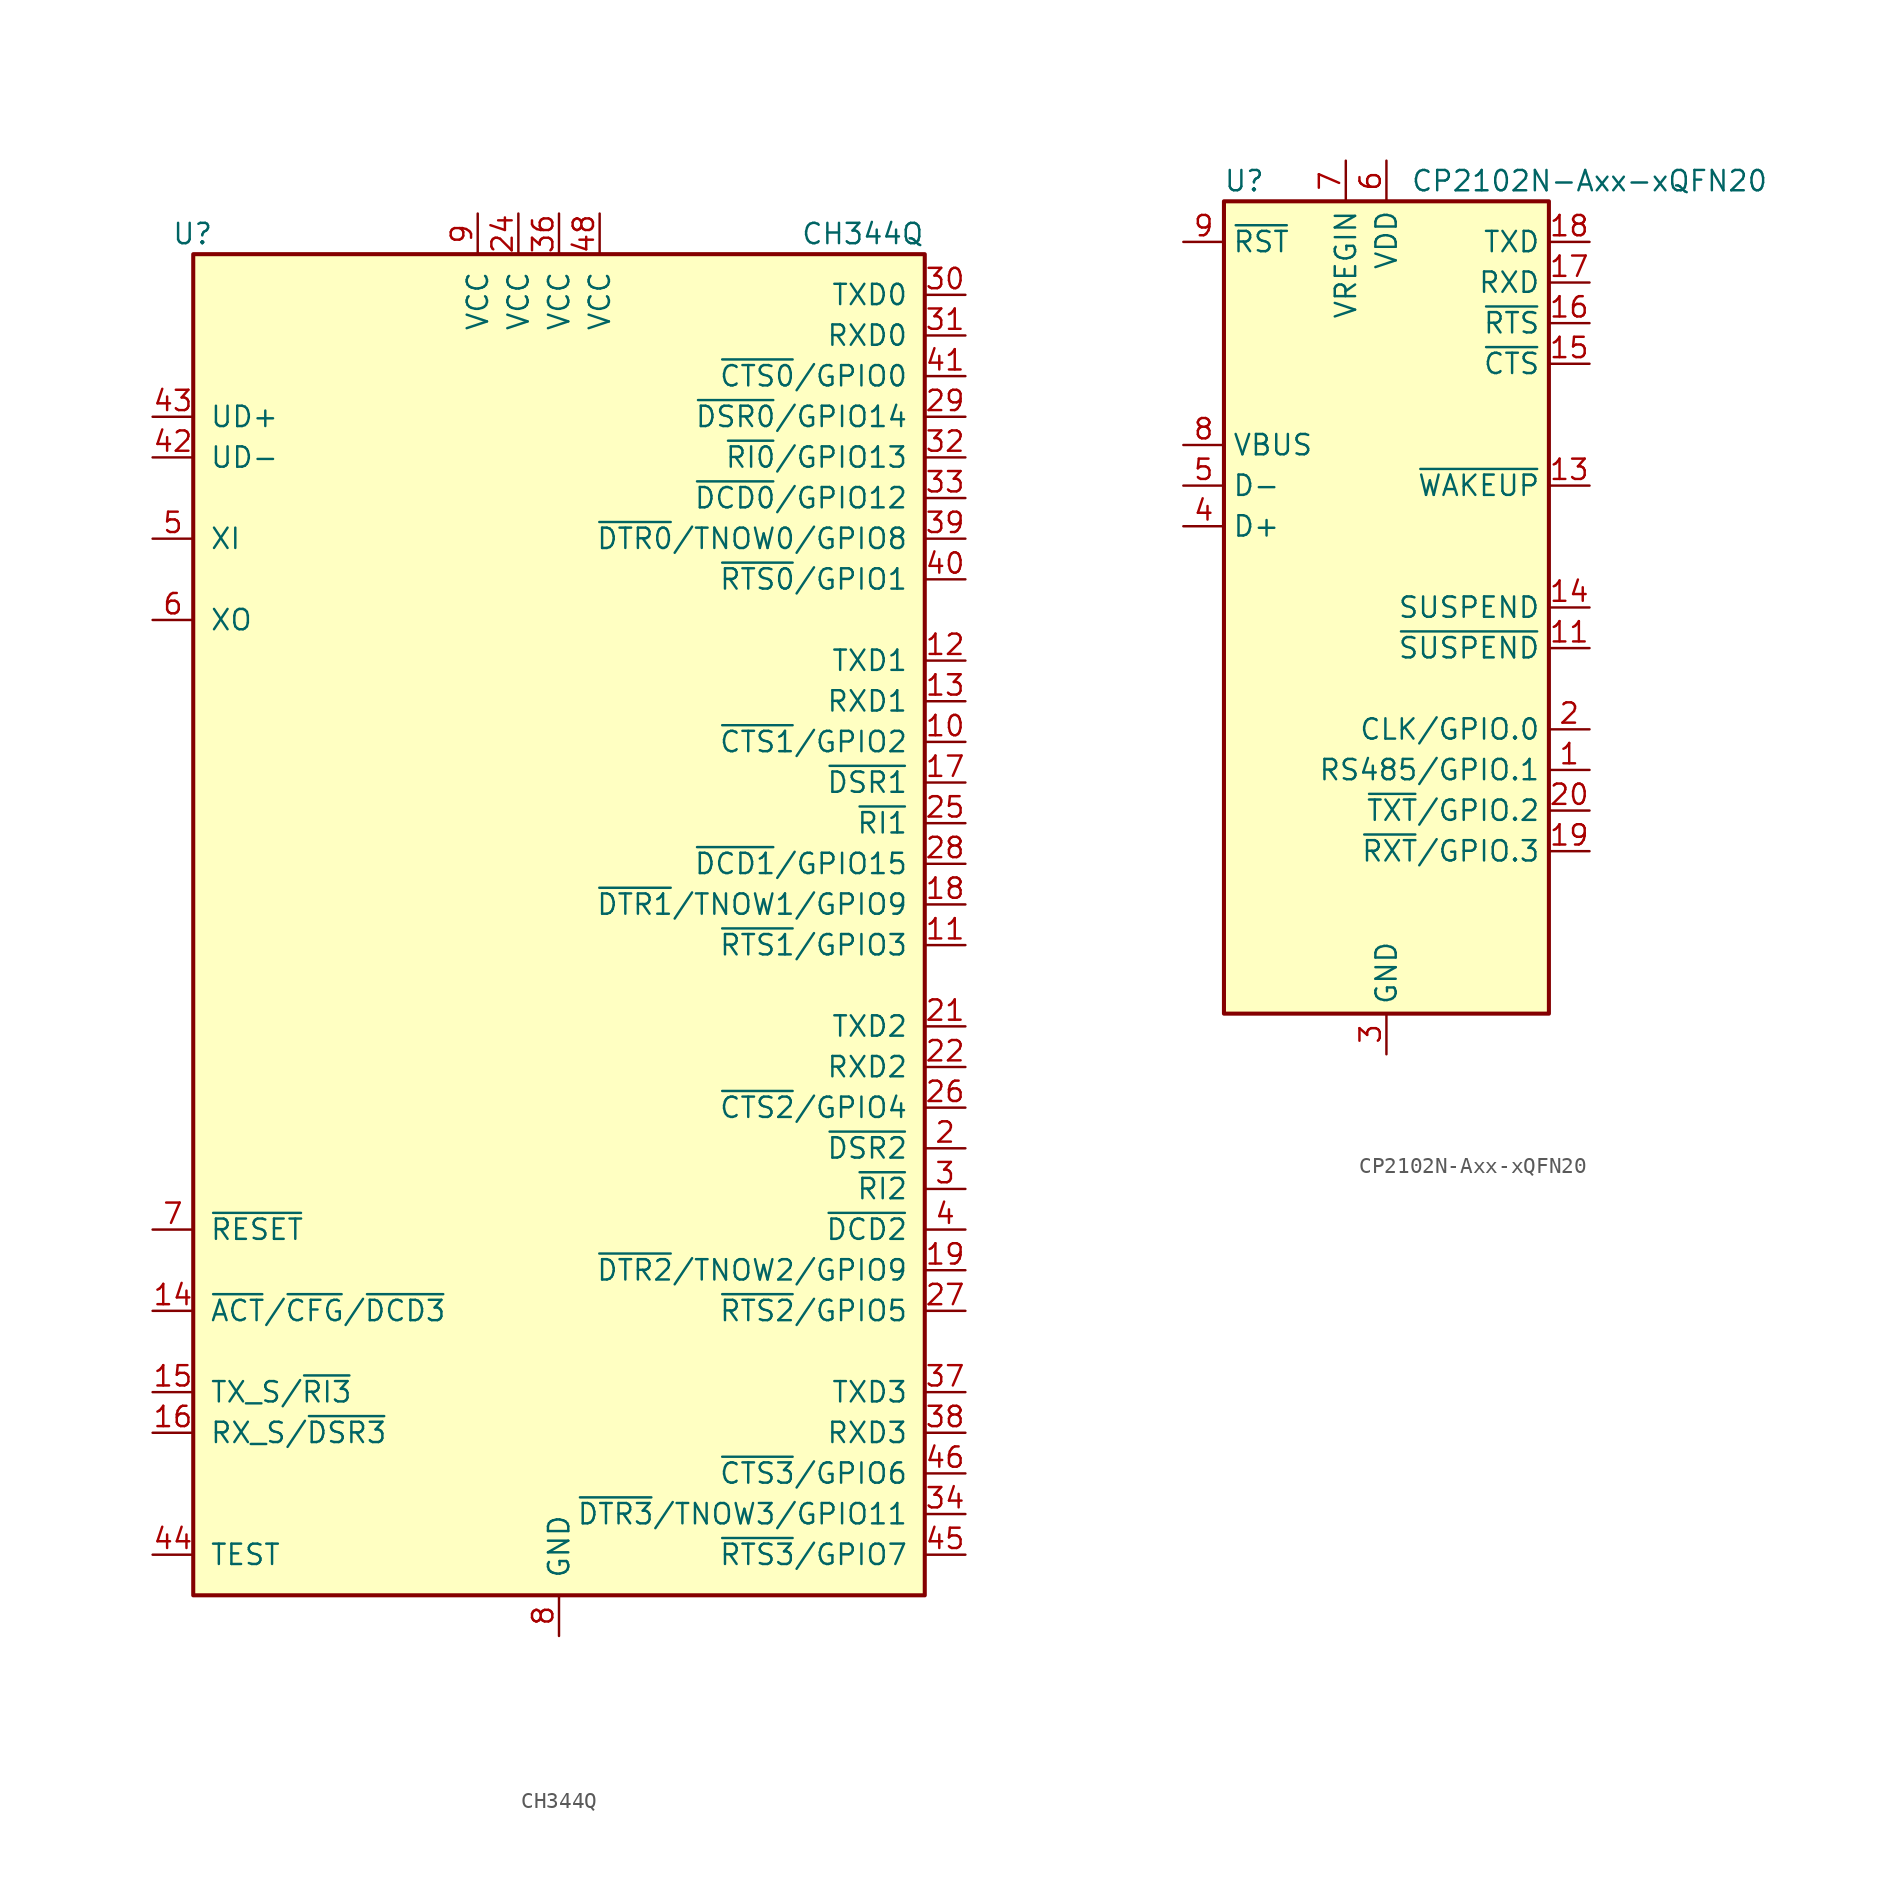
<source format=kicad_sym>
(kicad_symbol_lib
  (version 20241209)
  (generator "kicad_symbol_editor")
  (generator_version "9.0")
  (symbol "CH344Q"
    (pin_names
      (offset 1.016))
    (property "Reference" "U"
      (at -21.59 44.45 0)
      (effects (font (size 1.27 1.27)) (justify right)))
    (property "Value" "CH344Q"
      (at 22.86 44.45 0)
      (effects (font (size 1.27 1.27)) (justify right)))
    (symbol "CH344Q_0_1"
      (rectangle (start -22.86 43.18) (end 22.86 -40.64) (stroke (width 0.254) (type default)) (fill (type background))))
    (symbol "CH344Q_1_0"
      (pin passive line (at 0 -43.18 90) (length 2.54) (hide yes) (name "GND" (effects (font (size 1.27 1.27)))) (number "20" (effects (font (size 1.27 1.27)))))
      (pin bidirectional line (at 25.4 -20.32 180) (length 2.54) (name "~{DTR2}/TNOW2/GPIO9" (effects (font (size 1.27 1.27)))) (number "19" (effects (font (size 1.27 1.27))))))
    (symbol "CH344Q_1_1"
      (pin bidirectional line (at -25.4 33.02 0) (length 2.54) (name "UD+" (effects (font (size 1.27 1.27)))) (number "43" (effects (font (size 1.27 1.27)))))
      (pin bidirectional line (at -25.4 30.48 0) (length 2.54) (name "UD-" (effects (font (size 1.27 1.27)))) (number "42" (effects (font (size 1.27 1.27)))))
      (pin input line (at -25.4 25.4 0) (length 2.54) (name "XI" (effects (font (size 1.27 1.27)))) (number "5" (effects (font (size 1.27 1.27)))))
      (pin output line (at -25.4 20.32 0) (length 2.54) (name "XO" (effects (font (size 1.27 1.27)))) (number "6" (effects (font (size 1.27 1.27)))))
      (pin input line (at -25.4 -17.78 0) (length 2.54) (name "~{RESET}" (effects (font (size 1.27 1.27)))) (number "7" (effects (font (size 1.27 1.27)))))
      (pin bidirectional line (at -25.4 -22.86 0) (length 2.54) (name "~{ACT}/~{CFG}/~{DCD3}" (effects (font (size 1.27 1.27)))) (number "14" (effects (font (size 1.27 1.27)))))
      (pin bidirectional line (at -25.4 -27.94 0) (length 2.54) (name "TX_S/~{RI3}" (effects (font (size 1.27 1.27)))) (number "15" (effects (font (size 1.27 1.27)))))
      (pin bidirectional line (at -25.4 -30.48 0) (length 2.54) (name "RX_S/~{DSR3}" (effects (font (size 1.27 1.27)))) (number "16" (effects (font (size 1.27 1.27)))))
      (pin input line (at -25.4 -38.1 0) (length 2.54) (name "TEST" (effects (font (size 1.27 1.27)))) (number "44" (effects (font (size 1.27 1.27)))))
      (pin no_connect line (at -22.86 38.1 0) (length 2.54) (hide yes) (name "NC" (effects (font (size 1.27 1.27)))) (number "1" (effects (font (size 1.27 1.27)))))
      (pin power_in line (at -5.08 45.72 270) (length 2.54) (name "VCC" (effects (font (size 1.27 1.27)))) (number "9" (effects (font (size 1.27 1.27)))))
      (pin power_in line (at -2.54 45.72 270) (length 2.54) (name "VCC" (effects (font (size 1.27 1.27)))) (number "24" (effects (font (size 1.27 1.27)))))
      (pin power_in line (at 0 45.72 270) (length 2.54) (name "VCC" (effects (font (size 1.27 1.27)))) (number "36" (effects (font (size 1.27 1.27)))))
      (pin passive line (at 0 -43.18 90) (length 2.54) (hide yes) (name "GND" (effects (font (size 1.27 1.27)))) (number "23" (effects (font (size 1.27 1.27)))))
      (pin passive line (at 0 -43.18 90) (length 2.54) (hide yes) (name "GND" (effects (font (size 1.27 1.27)))) (number "35" (effects (font (size 1.27 1.27)))))
      (pin passive line (at 0 -43.18 90) (length 2.54) (hide yes) (name "GND" (effects (font (size 1.27 1.27)))) (number "47" (effects (font (size 1.27 1.27)))))
      (pin power_in line (at 0 -43.18 90) (length 2.54) (name "GND" (effects (font (size 1.27 1.27)))) (number "8" (effects (font (size 1.27 1.27)))))
      (pin power_in line (at 2.54 45.72 270) (length 2.54) (name "VCC" (effects (font (size 1.27 1.27)))) (number "48" (effects (font (size 1.27 1.27)))))
      (pin output line (at 25.4 40.64 180) (length 2.54) (name "TXD0" (effects (font (size 1.27 1.27)))) (number "30" (effects (font (size 1.27 1.27)))))
      (pin input line (at 25.4 38.1 180) (length 2.54) (name "RXD0" (effects (font (size 1.27 1.27)))) (number "31" (effects (font (size 1.27 1.27)))))
      (pin bidirectional line (at 25.4 35.56 180) (length 2.54) (name "~{CTS0}/GPIO0" (effects (font (size 1.27 1.27)))) (number "41" (effects (font (size 1.27 1.27)))))
      (pin input line (at 25.4 33.02 180) (length 2.54) (name "~{DSR0}/GPIO14" (effects (font (size 1.27 1.27)))) (number "29" (effects (font (size 1.27 1.27)))))
      (pin bidirectional line (at 25.4 30.48 180) (length 2.54) (name "~{RI0}/GPIO13" (effects (font (size 1.27 1.27)))) (number "32" (effects (font (size 1.27 1.27)))))
      (pin bidirectional line (at 25.4 27.94 180) (length 2.54) (name "~{DCD0}/GPIO12" (effects (font (size 1.27 1.27)))) (number "33" (effects (font (size 1.27 1.27)))))
      (pin bidirectional line (at 25.4 25.4 180) (length 2.54) (name "~{DTR0}/TNOW0/GPIO8" (effects (font (size 1.27 1.27)))) (number "39" (effects (font (size 1.27 1.27)))))
      (pin bidirectional line (at 25.4 22.86 180) (length 2.54) (name "~{RTS0}/GPIO1" (effects (font (size 1.27 1.27)))) (number "40" (effects (font (size 1.27 1.27)))))
      (pin output line (at 25.4 17.78 180) (length 2.54) (name "TXD1" (effects (font (size 1.27 1.27)))) (number "12" (effects (font (size 1.27 1.27)))))
      (pin input line (at 25.4 15.24 180) (length 2.54) (name "RXD1" (effects (font (size 1.27 1.27)))) (number "13" (effects (font (size 1.27 1.27)))))
      (pin bidirectional line (at 25.4 12.7 180) (length 2.54) (name "~{CTS1}/GPIO2" (effects (font (size 1.27 1.27)))) (number "10" (effects (font (size 1.27 1.27)))))
      (pin input line (at 25.4 10.16 180) (length 2.54) (name "~{DSR1}" (effects (font (size 1.27 1.27)))) (number "17" (effects (font (size 1.27 1.27)))))
      (pin input line (at 25.4 7.62 180) (length 2.54) (name "~{RI1}" (effects (font (size 1.27 1.27)))) (number "25" (effects (font (size 1.27 1.27)))))
      (pin bidirectional line (at 25.4 5.08 180) (length 2.54) (name "~{DCD1}/GPIO15" (effects (font (size 1.27 1.27)))) (number "28" (effects (font (size 1.27 1.27)))))
      (pin bidirectional line (at 25.4 2.54 180) (length 2.54) (name "~{DTR1}/TNOW1/GPIO9" (effects (font (size 1.27 1.27)))) (number "18" (effects (font (size 1.27 1.27)))))
      (pin bidirectional line (at 25.4 0 180) (length 2.54) (name "~{RTS1}/GPIO3" (effects (font (size 1.27 1.27)))) (number "11" (effects (font (size 1.27 1.27)))))
      (pin output line (at 25.4 -5.08 180) (length 2.54) (name "TXD2" (effects (font (size 1.27 1.27)))) (number "21" (effects (font (size 1.27 1.27)))))
      (pin input line (at 25.4 -7.62 180) (length 2.54) (name "RXD2" (effects (font (size 1.27 1.27)))) (number "22" (effects (font (size 1.27 1.27)))))
      (pin bidirectional line (at 25.4 -10.16 180) (length 2.54) (name "~{CTS2}/GPIO4" (effects (font (size 1.27 1.27)))) (number "26" (effects (font (size 1.27 1.27)))))
      (pin input line (at 25.4 -12.7 180) (length 2.54) (name "~{DSR2}" (effects (font (size 1.27 1.27)))) (number "2" (effects (font (size 1.27 1.27)))))
      (pin input line (at 25.4 -15.24 180) (length 2.54) (name "~{RI2}" (effects (font (size 1.27 1.27)))) (number "3" (effects (font (size 1.27 1.27)))))
      (pin input line (at 25.4 -17.78 180) (length 2.54) (name "~{DCD2}" (effects (font (size 1.27 1.27)))) (number "4" (effects (font (size 1.27 1.27)))))
      (pin bidirectional line (at 25.4 -22.86 180) (length 2.54) (name "~{RTS2}/GPIO5" (effects (font (size 1.27 1.27)))) (number "27" (effects (font (size 1.27 1.27)))))
      (pin output line (at 25.4 -27.94 180) (length 2.54) (name "TXD3" (effects (font (size 1.27 1.27)))) (number "37" (effects (font (size 1.27 1.27)))))
      (pin input line (at 25.4 -30.48 180) (length 2.54) (name "RXD3" (effects (font (size 1.27 1.27)))) (number "38" (effects (font (size 1.27 1.27)))))
      (pin bidirectional line (at 25.4 -33.02 180) (length 2.54) (name "~{CTS3}/GPIO6" (effects (font (size 1.27 1.27)))) (number "46" (effects (font (size 1.27 1.27)))))
      (pin bidirectional line (at 25.4 -35.56 180) (length 2.54) (name "~{DTR3}/TNOW3/GPIO11" (effects (font (size 1.27 1.27)))) (number "34" (effects (font (size 1.27 1.27)))))
      (pin bidirectional line (at 25.4 -38.1 180) (length 2.54) (name "~{RTS3}/GPIO7" (effects (font (size 1.27 1.27)))) (number "45" (effects (font (size 1.27 1.27)))))))
  (symbol "CP2102N-Axx-xQFN20"
    (property "Reference" "U"
      (at -8.89 26.67 0)
      (effects (font (size 1.27 1.27))))
    (property "Value" "CP2102N-Axx-xQFN20"
      (at 12.7 26.67 0)
      (effects (font (size 1.27 1.27))))
    (symbol "CP2102N-Axx-xQFN20_0_1"
      (rectangle (start -10.16 25.4) (end 10.16 -25.4) (stroke (width 0.254) (type default)) (fill (type background))))
    (symbol "CP2102N-Axx-xQFN20_1_1"
      (pin input line (at -12.7 22.86 0) (length 2.54) (name "~{RST}" (effects (font (size 1.27 1.27)))) (number "9" (effects (font (size 1.27 1.27)))))
      (pin input line (at -12.7 10.16 0) (length 2.54) (name "VBUS" (effects (font (size 1.27 1.27)))) (number "8" (effects (font (size 1.27 1.27)))))
      (pin bidirectional line (at -12.7 7.62 0) (length 2.54) (name "D-" (effects (font (size 1.27 1.27)))) (number "5" (effects (font (size 1.27 1.27)))))
      (pin bidirectional line (at -12.7 5.08 0) (length 2.54) (name "D+" (effects (font (size 1.27 1.27)))) (number "4" (effects (font (size 1.27 1.27)))))
      (pin no_connect line (at -10.16 -22.86 0) (length 2.54) (hide yes) (name "NC" (effects (font (size 1.27 1.27)))) (number "10" (effects (font (size 1.27 1.27)))))
      (pin power_in line (at -2.54 27.94 270) (length 2.54) (name "VREGIN" (effects (font (size 1.27 1.27)))) (number "7" (effects (font (size 1.27 1.27)))))
      (pin power_in line (at 0 27.94 270) (length 2.54) (name "VDD" (effects (font (size 1.27 1.27)))) (number "6" (effects (font (size 1.27 1.27)))))
      (pin passive line (at 0 -27.94 90) (length 2.54) (hide yes) (name "GND" (effects (font (size 1.27 1.27)))) (number "12" (effects (font (size 1.27 1.27)))))
      (pin passive line (at 0 -27.94 90) (length 2.54) (hide yes) (name "GND" (effects (font (size 1.27 1.27)))) (number "21" (effects (font (size 1.27 1.27)))))
      (pin power_in line (at 0 -27.94 90) (length 2.54) (name "GND" (effects (font (size 1.27 1.27)))) (number "3" (effects (font (size 1.27 1.27)))))
      (pin output line (at 12.7 22.86 180) (length 2.54) (name "TXD" (effects (font (size 1.27 1.27)))) (number "18" (effects (font (size 1.27 1.27)))))
      (pin input line (at 12.7 20.32 180) (length 2.54) (name "RXD" (effects (font (size 1.27 1.27)))) (number "17" (effects (font (size 1.27 1.27)))))
      (pin output line (at 12.7 17.78 180) (length 2.54) (name "~{RTS}" (effects (font (size 1.27 1.27)))) (number "16" (effects (font (size 1.27 1.27)))))
      (pin input line (at 12.7 15.24 180) (length 2.54) (name "~{CTS}" (effects (font (size 1.27 1.27)))) (number "15" (effects (font (size 1.27 1.27)))))
      (pin input line (at 12.7 7.62 180) (length 2.54) (name "~{WAKEUP}" (effects (font (size 1.27 1.27)))) (number "13" (effects (font (size 1.27 1.27)))))
      (pin output line (at 12.7 0 180) (length 2.54) (name "SUSPEND" (effects (font (size 1.27 1.27)))) (number "14" (effects (font (size 1.27 1.27)))))
      (pin output line (at 12.7 -2.54 180) (length 2.54) (name "~{SUSPEND}" (effects (font (size 1.27 1.27)))) (number "11" (effects (font (size 1.27 1.27)))))
      (pin bidirectional line (at 12.7 -7.62 180) (length 2.54) (name "CLK/GPIO.0" (effects (font (size 1.27 1.27)))) (number "2" (effects (font (size 1.27 1.27)))))
      (pin bidirectional line (at 12.7 -10.16 180) (length 2.54) (name "RS485/GPIO.1" (effects (font (size 1.27 1.27)))) (number "1" (effects (font (size 1.27 1.27)))))
      (pin bidirectional line (at 12.7 -12.7 180) (length 2.54) (name "~{TXT}/GPIO.2" (effects (font (size 1.27 1.27)))) (number "20" (effects (font (size 1.27 1.27)))))
      (pin bidirectional line (at 12.7 -15.24 180) (length 2.54) (name "~{RXT}/GPIO.3" (effects (font (size 1.27 1.27)))) (number "19" (effects (font (size 1.27 1.27))))))))
</source>
